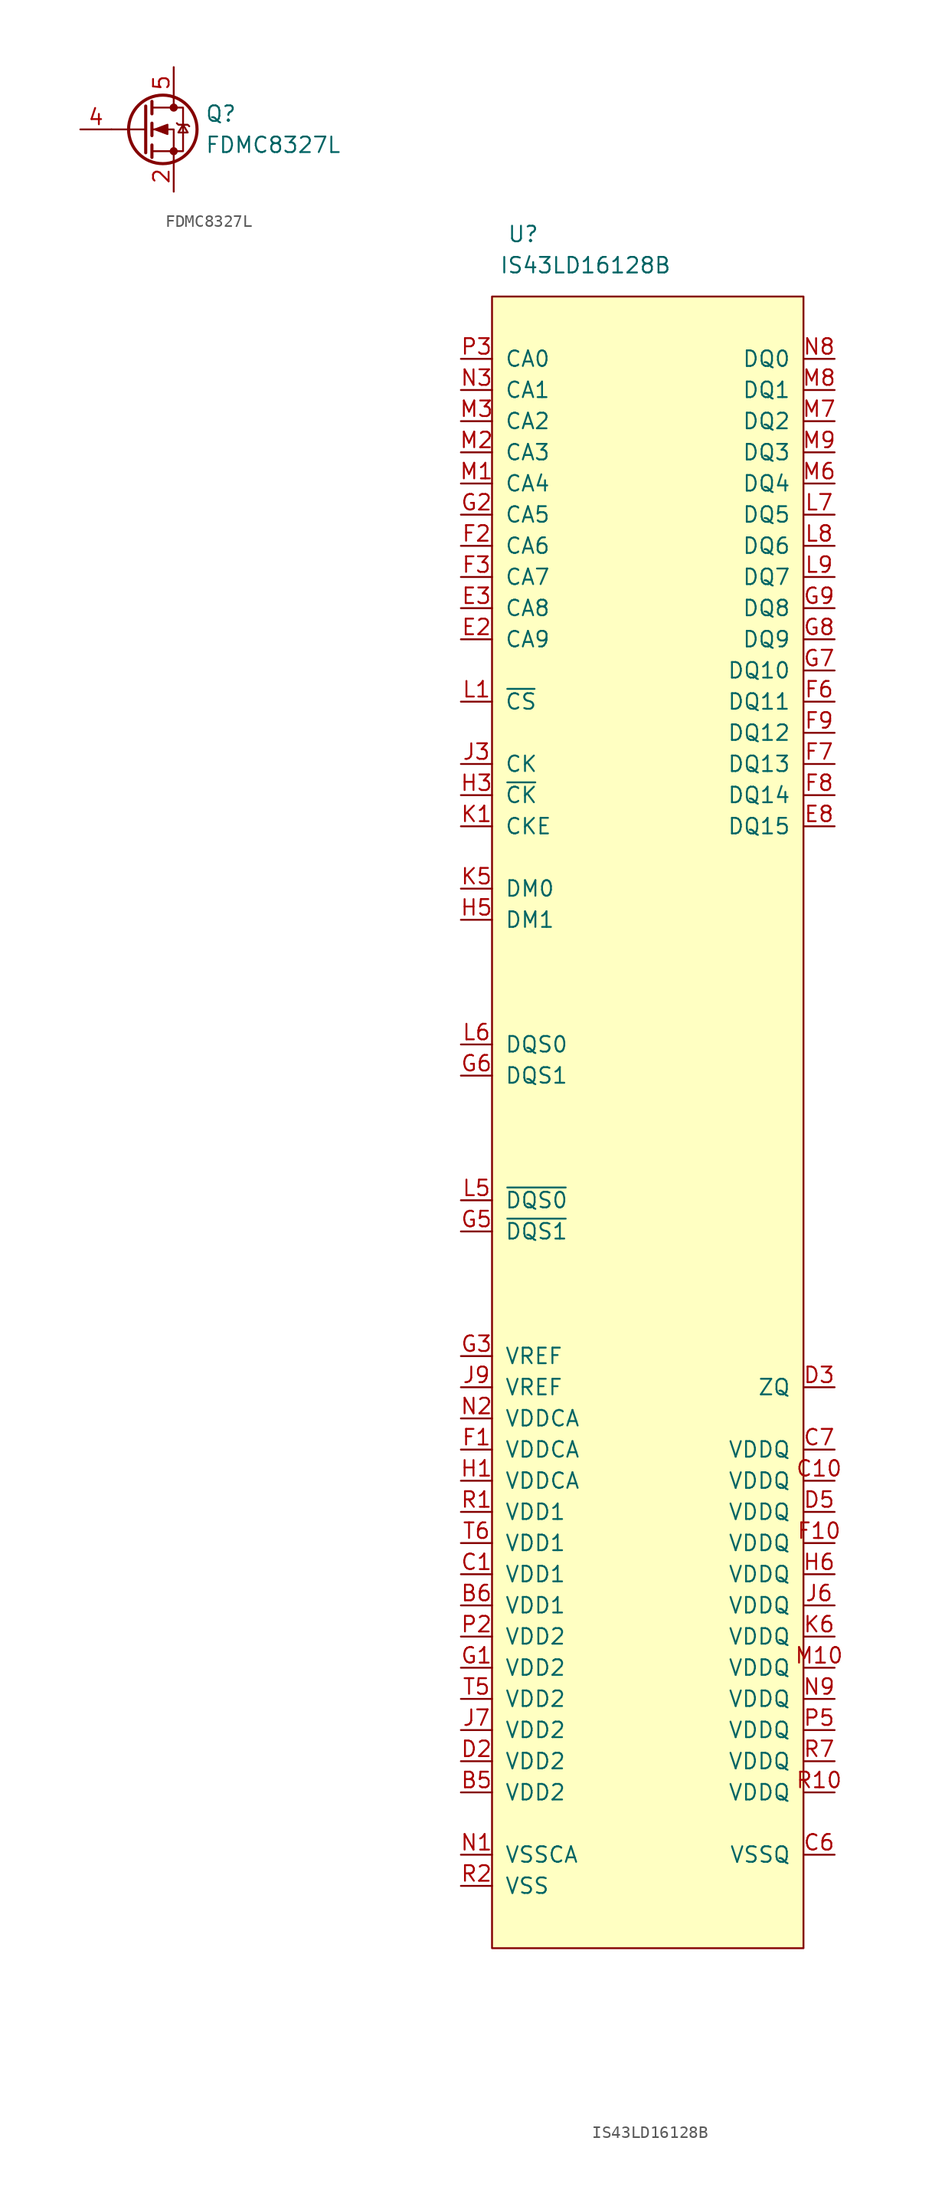
<source format=kicad_sym>
(kicad_symbol_lib
  (version 20211014)
  (generator kicad_symbol_editor)
  (symbol "FDMC8327L"
    (pin_names
      (offset 0) hide)
    (property "Reference" "Q"
      (at 5.08 1.27 0)
      (effects (font (size 1.27 1.27)) (justify left)))
    (property "Value" "FDMC8327L"
      (at 5.08 -1.27 0)
      (effects (font (size 1.27 1.27)) (justify left)))
    (symbol "FDMC8327L_0_1"
      (polyline (pts (xy 0.254 0) (xy -2.54 0)) (stroke (width 0) (type default) (color 0 0 0 0)) (fill (type none)))
      (polyline (pts (xy 0.254 1.905) (xy 0.254 -1.905)) (stroke (width 0.254) (type default) (color 0 0 0 0)) (fill (type none)))
      (polyline (pts (xy 0.762 -1.27) (xy 0.762 -2.286)) (stroke (width 0.254) (type default) (color 0 0 0 0)) (fill (type none)))
      (polyline (pts (xy 0.762 0.508) (xy 0.762 -0.508)) (stroke (width 0.254) (type default) (color 0 0 0 0)) (fill (type none)))
      (polyline (pts (xy 0.762 2.286) (xy 0.762 1.27)) (stroke (width 0.254) (type default) (color 0 0 0 0)) (fill (type none)))
      (polyline (pts (xy 2.54 2.54) (xy 2.54 1.778)) (stroke (width 0) (type default) (color 0 0 0 0)) (fill (type none)))
      (polyline (pts (xy 2.54 -2.54) (xy 2.54 0) (xy 0.762 0)) (stroke (width 0) (type default) (color 0 0 0 0)) (fill (type none)))
      (polyline (pts (xy 0.762 -1.778) (xy 3.302 -1.778) (xy 3.302 1.778) (xy 0.762 1.778)) (stroke (width 0) (type default) (color 0 0 0 0)) (fill (type none)))
      (polyline (pts (xy 1.016 0) (xy 2.032 0.381) (xy 2.032 -0.381) (xy 1.016 0)) (stroke (width 0) (type default) (color 0 0 0 0)) (fill (type outline)))
      (polyline (pts (xy 2.794 0.508) (xy 2.921 0.381) (xy 3.683 0.381) (xy 3.81 0.254)) (stroke (width 0) (type default) (color 0 0 0 0)) (fill (type none)))
      (polyline (pts (xy 3.302 0.381) (xy 2.921 -0.254) (xy 3.683 -0.254) (xy 3.302 0.381)) (stroke (width 0) (type default) (color 0 0 0 0)) (fill (type none)))
      (circle (center 1.651 0) (radius 2.794) (stroke (width 0.254) (type default) (color 0 0 0 0)) (fill (type none)))
      (circle (center 2.54 -1.778) (radius 0.254) (stroke (width 0) (type default) (color 0 0 0 0)) (fill (type outline)))
      (circle (center 2.54 1.778) (radius 0.254) (stroke (width 0) (type default) (color 0 0 0 0)) (fill (type outline))))
    (symbol "FDMC8327L_1_1"
      (pin passive line (at 2.54 -5.08 90) (length 2.54) hide (name "S" (effects (font (size 1.27 1.27)))) (number "1" (effects (font (size 1.27 1.27)))))
      (pin passive line (at 2.54 -5.08 90) (length 2.54) (name "S" (effects (font (size 1.27 1.27)))) (number "2" (effects (font (size 1.27 1.27)))))
      (pin passive line (at 2.54 -5.08 90) (length 2.54) hide (name "S" (effects (font (size 1.27 1.27)))) (number "3" (effects (font (size 1.27 1.27)))))
      (pin input line (at -5.08 0 0) (length 2.54) (name "G" (effects (font (size 1.27 1.27)))) (number "4" (effects (font (size 1.27 1.27)))))
      (pin passive line (at 2.54 5.08 270) (length 2.54) (name "D" (effects (font (size 1.27 1.27)))) (number "5" (effects (font (size 1.27 1.27)))))))
  (symbol "IS43LD16128B"
    (pin_names
      (offset 1.016))
    (property "Reference" "U"
      (at -10.16 25.4 0)
      (effects (font (size 1.27 1.27))))
    (property "Value" "IS43LD16128B"
      (at -5.08 22.86 0)
      (effects (font (size 1.27 1.27))))
    (symbol "IS43LD16128B_0_1"
      (rectangle (start -12.7 20.32) (end 12.7 -114.3) (stroke (width 0) (type default) (color 0 0 0 0)) (fill (type background))))
    (symbol "IS43LD16128B_1_1"
      (pin power_in line (at -15.24 -101.6 0) (length 2.54) (name "VDD2" (effects (font (size 1.27 1.27)))) (number "B5" (effects (font (size 1.27 1.27)))))
      (pin power_in line (at -15.24 -86.36 0) (length 2.54) (name "VDD1" (effects (font (size 1.27 1.27)))) (number "B6" (effects (font (size 1.27 1.27)))))
      (pin power_in line (at -15.24 -83.82 0) (length 2.54) (name "VDD1" (effects (font (size 1.27 1.27)))) (number "C1" (effects (font (size 1.27 1.27)))))
      (pin power_in line (at 15.24 -76.2 180) (length 2.54) (name "VDDQ" (effects (font (size 1.27 1.27)))) (number "C10" (effects (font (size 1.27 1.27)))))
      (pin power_in line (at -15.24 -109.22 0) (length 2.54) hide (name "VSS" (effects (font (size 1.27 1.27)))) (number "C2" (effects (font (size 1.27 1.27)))))
      (pin power_in line (at -15.24 -109.22 0) (length 2.54) hide (name "VSS" (effects (font (size 1.27 1.27)))) (number "C5" (effects (font (size 1.27 1.27)))))
      (pin power_in line (at 15.24 -106.68 180) (length 2.54) (name "VSSQ" (effects (font (size 1.27 1.27)))) (number "C6" (effects (font (size 1.27 1.27)))))
      (pin power_in line (at 15.24 -73.66 180) (length 2.54) (name "VDDQ" (effects (font (size 1.27 1.27)))) (number "C7" (effects (font (size 1.27 1.27)))))
      (pin power_in line (at 15.24 -106.68 180) (length 2.54) hide (name "VSSQ" (effects (font (size 1.27 1.27)))) (number "C9" (effects (font (size 1.27 1.27)))))
      (pin power_in line (at -15.24 -109.22 0) (length 2.54) hide (name "VSS" (effects (font (size 1.27 1.27)))) (number "D1" (effects (font (size 1.27 1.27)))))
      (pin power_in line (at 15.24 -106.68 180) (length 2.54) hide (name "VSSQ" (effects (font (size 1.27 1.27)))) (number "D10" (effects (font (size 1.27 1.27)))))
      (pin power_in line (at -15.24 -99.06 0) (length 2.54) (name "VDD2" (effects (font (size 1.27 1.27)))) (number "D2" (effects (font (size 1.27 1.27)))))
      (pin power_in line (at 15.24 -68.58 180) (length 2.54) (name "ZQ" (effects (font (size 1.27 1.27)))) (number "D3" (effects (font (size 1.27 1.27)))))
      (pin power_in line (at 15.24 -78.74 180) (length 2.54) (name "VDDQ" (effects (font (size 1.27 1.27)))) (number "D5" (effects (font (size 1.27 1.27)))))
      (pin power_in line (at -15.24 -106.68 0) (length 2.54) hide (name "VSSCA" (effects (font (size 1.27 1.27)))) (number "E1" (effects (font (size 1.27 1.27)))))
      (pin input line (at -15.24 -7.62 0) (length 2.54) (name "CA9" (effects (font (size 1.27 1.27)))) (number "E2" (effects (font (size 1.27 1.27)))))
      (pin input line (at -15.24 -5.08 0) (length 2.54) (name "CA8" (effects (font (size 1.27 1.27)))) (number "E3" (effects (font (size 1.27 1.27)))))
      (pin bidirectional line (at 15.24 -22.86 180) (length 2.54) (name "DQ15" (effects (font (size 1.27 1.27)))) (number "E8" (effects (font (size 1.27 1.27)))))
      (pin power_in line (at -15.24 -73.66 0) (length 2.54) (name "VDDCA" (effects (font (size 1.27 1.27)))) (number "F1" (effects (font (size 1.27 1.27)))))
      (pin power_in line (at 15.24 -81.28 180) (length 2.54) (name "VDDQ" (effects (font (size 1.27 1.27)))) (number "F10" (effects (font (size 1.27 1.27)))))
      (pin input line (at -15.24 0 0) (length 2.54) (name "CA6" (effects (font (size 1.27 1.27)))) (number "F2" (effects (font (size 1.27 1.27)))))
      (pin input line (at -15.24 -2.54 0) (length 2.54) (name "CA7" (effects (font (size 1.27 1.27)))) (number "F3" (effects (font (size 1.27 1.27)))))
      (pin power_in line (at 15.24 -106.68 180) (length 2.54) hide (name "VSSQ" (effects (font (size 1.27 1.27)))) (number "F5" (effects (font (size 1.27 1.27)))))
      (pin bidirectional line (at 15.24 -12.7 180) (length 2.54) (name "DQ11" (effects (font (size 1.27 1.27)))) (number "F6" (effects (font (size 1.27 1.27)))))
      (pin bidirectional line (at 15.24 -17.78 180) (length 2.54) (name "DQ13" (effects (font (size 1.27 1.27)))) (number "F7" (effects (font (size 1.27 1.27)))))
      (pin bidirectional line (at 15.24 -20.32 180) (length 2.54) (name "DQ14" (effects (font (size 1.27 1.27)))) (number "F8" (effects (font (size 1.27 1.27)))))
      (pin bidirectional line (at 15.24 -15.24 180) (length 2.54) (name "DQ12" (effects (font (size 1.27 1.27)))) (number "F9" (effects (font (size 1.27 1.27)))))
      (pin power_in line (at -15.24 -91.44 0) (length 2.54) (name "VDD2" (effects (font (size 1.27 1.27)))) (number "G1" (effects (font (size 1.27 1.27)))))
      (pin power_in line (at 15.24 -106.68 180) (length 2.54) hide (name "VSSQ" (effects (font (size 1.27 1.27)))) (number "G10" (effects (font (size 1.27 1.27)))))
      (pin input line (at -15.24 2.54 0) (length 2.54) (name "CA5" (effects (font (size 1.27 1.27)))) (number "G2" (effects (font (size 1.27 1.27)))))
      (pin power_in line (at -15.24 -66.04 0) (length 2.54) (name "VREF" (effects (font (size 1.27 1.27)))) (number "G3" (effects (font (size 1.27 1.27)))))
      (pin input line (at -15.24 -55.88 0) (length 2.54) (name "~{DQS1}" (effects (font (size 1.27 1.27)))) (number "G5" (effects (font (size 1.27 1.27)))))
      (pin input line (at -15.24 -43.18 0) (length 2.54) (name "DQS1" (effects (font (size 1.27 1.27)))) (number "G6" (effects (font (size 1.27 1.27)))))
      (pin bidirectional line (at 15.24 -10.16 180) (length 2.54) (name "DQ10" (effects (font (size 1.27 1.27)))) (number "G7" (effects (font (size 1.27 1.27)))))
      (pin bidirectional line (at 15.24 -7.62 180) (length 2.54) (name "DQ9" (effects (font (size 1.27 1.27)))) (number "G8" (effects (font (size 1.27 1.27)))))
      (pin bidirectional line (at 15.24 -5.08 180) (length 2.54) (name "DQ8" (effects (font (size 1.27 1.27)))) (number "G9" (effects (font (size 1.27 1.27)))))
      (pin power_in line (at -15.24 -76.2 0) (length 2.54) (name "VDDCA" (effects (font (size 1.27 1.27)))) (number "H1" (effects (font (size 1.27 1.27)))))
      (pin power_in line (at -15.24 -109.22 0) (length 2.54) hide (name "VSS" (effects (font (size 1.27 1.27)))) (number "H2" (effects (font (size 1.27 1.27)))))
      (pin input line (at -15.24 -20.32 0) (length 2.54) (name "~{CK}" (effects (font (size 1.27 1.27)))) (number "H3" (effects (font (size 1.27 1.27)))))
      (pin input line (at -15.24 -30.48 0) (length 2.54) (name "DM1" (effects (font (size 1.27 1.27)))) (number "H5" (effects (font (size 1.27 1.27)))))
      (pin power_in line (at 15.24 -83.82 180) (length 2.54) (name "VDDQ" (effects (font (size 1.27 1.27)))) (number "H6" (effects (font (size 1.27 1.27)))))
      (pin power_in line (at -15.24 -106.68 0) (length 2.54) hide (name "VSSCA" (effects (font (size 1.27 1.27)))) (number "J1" (effects (font (size 1.27 1.27)))))
      (pin input line (at -15.24 -17.78 0) (length 2.54) (name "CK" (effects (font (size 1.27 1.27)))) (number "J3" (effects (font (size 1.27 1.27)))))
      (pin power_in line (at 15.24 -106.68 180) (length 2.54) hide (name "VSSQ" (effects (font (size 1.27 1.27)))) (number "J5" (effects (font (size 1.27 1.27)))))
      (pin power_in line (at 15.24 -86.36 180) (length 2.54) (name "VDDQ" (effects (font (size 1.27 1.27)))) (number "J6" (effects (font (size 1.27 1.27)))))
      (pin power_in line (at -15.24 -96.52 0) (length 2.54) (name "VDD2" (effects (font (size 1.27 1.27)))) (number "J7" (effects (font (size 1.27 1.27)))))
      (pin power_in line (at -15.24 -109.22 0) (length 2.54) hide (name "VSS" (effects (font (size 1.27 1.27)))) (number "J8" (effects (font (size 1.27 1.27)))))
      (pin power_in line (at -15.24 -68.58 0) (length 2.54) (name "VREF" (effects (font (size 1.27 1.27)))) (number "J9" (effects (font (size 1.27 1.27)))))
      (pin input line (at -15.24 -22.86 0) (length 2.54) (name "CKE" (effects (font (size 1.27 1.27)))) (number "K1" (effects (font (size 1.27 1.27)))))
      (pin input line (at -15.24 -27.94 0) (length 2.54) (name "DM0" (effects (font (size 1.27 1.27)))) (number "K5" (effects (font (size 1.27 1.27)))))
      (pin power_in line (at 15.24 -88.9 180) (length 2.54) (name "VDDQ" (effects (font (size 1.27 1.27)))) (number "K6" (effects (font (size 1.27 1.27)))))
      (pin input line (at -15.24 -12.7 0) (length 2.54) (name "~{CS}" (effects (font (size 1.27 1.27)))) (number "L1" (effects (font (size 1.27 1.27)))))
      (pin power_in line (at 15.24 -106.68 180) (length 2.54) hide (name "VSSQ" (effects (font (size 1.27 1.27)))) (number "L10" (effects (font (size 1.27 1.27)))))
      (pin input line (at -15.24 -53.34 0) (length 2.54) (name "~{DQS0}" (effects (font (size 1.27 1.27)))) (number "L5" (effects (font (size 1.27 1.27)))))
      (pin input line (at -15.24 -40.64 0) (length 2.54) (name "DQS0" (effects (font (size 1.27 1.27)))) (number "L6" (effects (font (size 1.27 1.27)))))
      (pin bidirectional line (at 15.24 2.54 180) (length 2.54) (name "DQ5" (effects (font (size 1.27 1.27)))) (number "L7" (effects (font (size 1.27 1.27)))))
      (pin bidirectional line (at 15.24 0 180) (length 2.54) (name "DQ6" (effects (font (size 1.27 1.27)))) (number "L8" (effects (font (size 1.27 1.27)))))
      (pin bidirectional line (at 15.24 -2.54 180) (length 2.54) (name "DQ7" (effects (font (size 1.27 1.27)))) (number "L9" (effects (font (size 1.27 1.27)))))
      (pin input line (at -15.24 5.08 0) (length 2.54) (name "CA4" (effects (font (size 1.27 1.27)))) (number "M1" (effects (font (size 1.27 1.27)))))
      (pin power_in line (at 15.24 -91.44 180) (length 2.54) (name "VDDQ" (effects (font (size 1.27 1.27)))) (number "M10" (effects (font (size 1.27 1.27)))))
      (pin input line (at -15.24 7.62 0) (length 2.54) (name "CA3" (effects (font (size 1.27 1.27)))) (number "M2" (effects (font (size 1.27 1.27)))))
      (pin input line (at -15.24 10.16 0) (length 2.54) (name "CA2" (effects (font (size 1.27 1.27)))) (number "M3" (effects (font (size 1.27 1.27)))))
      (pin power_in line (at 15.24 -106.68 180) (length 2.54) hide (name "VSSQ" (effects (font (size 1.27 1.27)))) (number "M5" (effects (font (size 1.27 1.27)))))
      (pin bidirectional line (at 15.24 5.08 180) (length 2.54) (name "DQ4" (effects (font (size 1.27 1.27)))) (number "M6" (effects (font (size 1.27 1.27)))))
      (pin bidirectional line (at 15.24 10.16 180) (length 2.54) (name "DQ2" (effects (font (size 1.27 1.27)))) (number "M7" (effects (font (size 1.27 1.27)))))
      (pin bidirectional line (at 15.24 12.7 180) (length 2.54) (name "DQ1" (effects (font (size 1.27 1.27)))) (number "M8" (effects (font (size 1.27 1.27)))))
      (pin bidirectional line (at 15.24 7.62 180) (length 2.54) (name "DQ3" (effects (font (size 1.27 1.27)))) (number "M9" (effects (font (size 1.27 1.27)))))
      (pin power_in line (at -15.24 -106.68 0) (length 2.54) (name "VSSCA" (effects (font (size 1.27 1.27)))) (number "N1" (effects (font (size 1.27 1.27)))))
      (pin power_in line (at 15.24 -106.68 180) (length 2.54) hide (name "VSSQ" (effects (font (size 1.27 1.27)))) (number "N10" (effects (font (size 1.27 1.27)))))
      (pin power_in line (at -15.24 -71.12 0) (length 2.54) (name "VDDCA" (effects (font (size 1.27 1.27)))) (number "N2" (effects (font (size 1.27 1.27)))))
      (pin input line (at -15.24 12.7 0) (length 2.54) (name "CA1" (effects (font (size 1.27 1.27)))) (number "N3" (effects (font (size 1.27 1.27)))))
      (pin bidirectional line (at 15.24 15.24 180) (length 2.54) (name "DQ0" (effects (font (size 1.27 1.27)))) (number "N8" (effects (font (size 1.27 1.27)))))
      (pin power_in line (at 15.24 -93.98 180) (length 2.54) (name "VDDQ" (effects (font (size 1.27 1.27)))) (number "N9" (effects (font (size 1.27 1.27)))))
      (pin power_in line (at -15.24 -109.22 0) (length 2.54) hide (name "VSS" (effects (font (size 1.27 1.27)))) (number "P1" (effects (font (size 1.27 1.27)))))
      (pin power_in line (at 15.24 -106.68 180) (length 2.54) hide (name "VSSQ" (effects (font (size 1.27 1.27)))) (number "P10" (effects (font (size 1.27 1.27)))))
      (pin power_in line (at -15.24 -88.9 0) (length 2.54) (name "VDD2" (effects (font (size 1.27 1.27)))) (number "P2" (effects (font (size 1.27 1.27)))))
      (pin input line (at -15.24 15.24 0) (length 2.54) (name "CA0" (effects (font (size 1.27 1.27)))) (number "P3" (effects (font (size 1.27 1.27)))))
      (pin power_in line (at 15.24 -96.52 180) (length 2.54) (name "VDDQ" (effects (font (size 1.27 1.27)))) (number "P5" (effects (font (size 1.27 1.27)))))
      (pin power_in line (at -15.24 -78.74 0) (length 2.54) (name "VDD1" (effects (font (size 1.27 1.27)))) (number "R1" (effects (font (size 1.27 1.27)))))
      (pin power_in line (at 15.24 -101.6 180) (length 2.54) (name "VDDQ" (effects (font (size 1.27 1.27)))) (number "R10" (effects (font (size 1.27 1.27)))))
      (pin power_in line (at -15.24 -109.22 0) (length 2.54) (name "VSS" (effects (font (size 1.27 1.27)))) (number "R2" (effects (font (size 1.27 1.27)))))
      (pin power_in line (at -15.24 -109.22 0) (length 2.54) hide (name "VSS" (effects (font (size 1.27 1.27)))) (number "R5" (effects (font (size 1.27 1.27)))))
      (pin power_in line (at 15.24 -106.68 180) (length 2.54) hide (name "VSSQ" (effects (font (size 1.27 1.27)))) (number "R6" (effects (font (size 1.27 1.27)))))
      (pin power_in line (at 15.24 -99.06 180) (length 2.54) (name "VDDQ" (effects (font (size 1.27 1.27)))) (number "R7" (effects (font (size 1.27 1.27)))))
      (pin power_in line (at 15.24 -106.68 180) (length 2.54) hide (name "VSSQ" (effects (font (size 1.27 1.27)))) (number "R9" (effects (font (size 1.27 1.27)))))
      (pin power_in line (at -15.24 -93.98 0) (length 2.54) (name "VDD2" (effects (font (size 1.27 1.27)))) (number "T5" (effects (font (size 1.27 1.27)))))
      (pin power_in line (at -15.24 -81.28 0) (length 2.54) (name "VDD1" (effects (font (size 1.27 1.27)))) (number "T6" (effects (font (size 1.27 1.27))))))))
</source>
